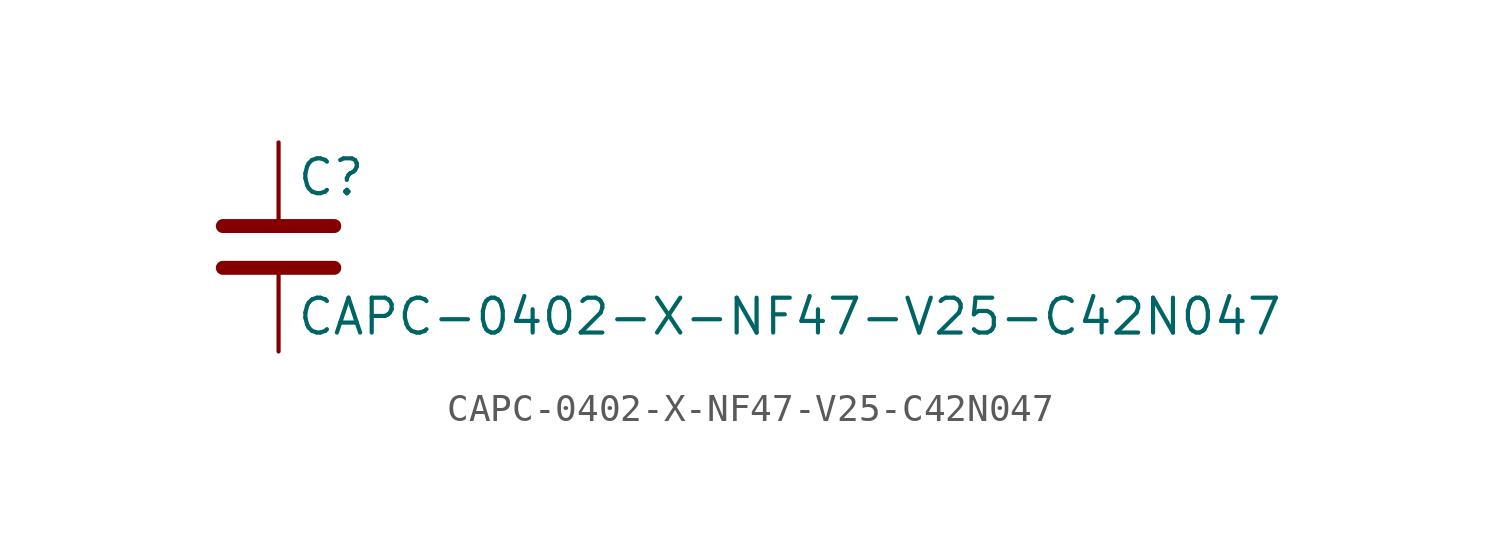
<source format=kicad_sym>
(kicad_symbol_lib
  (version 20211014)
  (generator kicad_symbol_editor)
  (symbol "CAPC-0402-X-NF47-V25-C42N047"
    (pin_numbers hide)
    (pin_names
      (offset 0.254))
    (property "Reference" "C"
      (at 0.635 2.54 0)
      (effects (font (size 1.27 1.27)) (justify left)))
    (property "Value" "CAPC-0402-X-NF47-V25-C42N047"
      (at 0.635 -2.54 0)
      (effects (font (size 1.27 1.27)) (justify left)))
    (symbol "CAPC-0402-X-NF47-V25-C42N047_0_1"
      (polyline (pts (xy -2.032 -0.762) (xy 2.032 -0.762)) (stroke (width 0.508) (type default) (color 0 0 0 0)) (fill (type none)))
      (polyline (pts (xy -2.032 0.762) (xy 2.032 0.762)) (stroke (width 0.508) (type default) (color 0 0 0 0)) (fill (type none))))
    (symbol "CAPC-0402-X-NF47-V25-C42N047_1_1"
      (pin passive line (at 0 3.81 270) (length 2.794) (name "~" (effects (font (size 1.27 1.27)))) (number "1" (effects (font (size 1.27 1.27)))))
      (pin passive line (at 0 -3.81 90) (length 2.794) (name "~" (effects (font (size 1.27 1.27)))) (number "2" (effects (font (size 1.27 1.27))))))))
</source>
